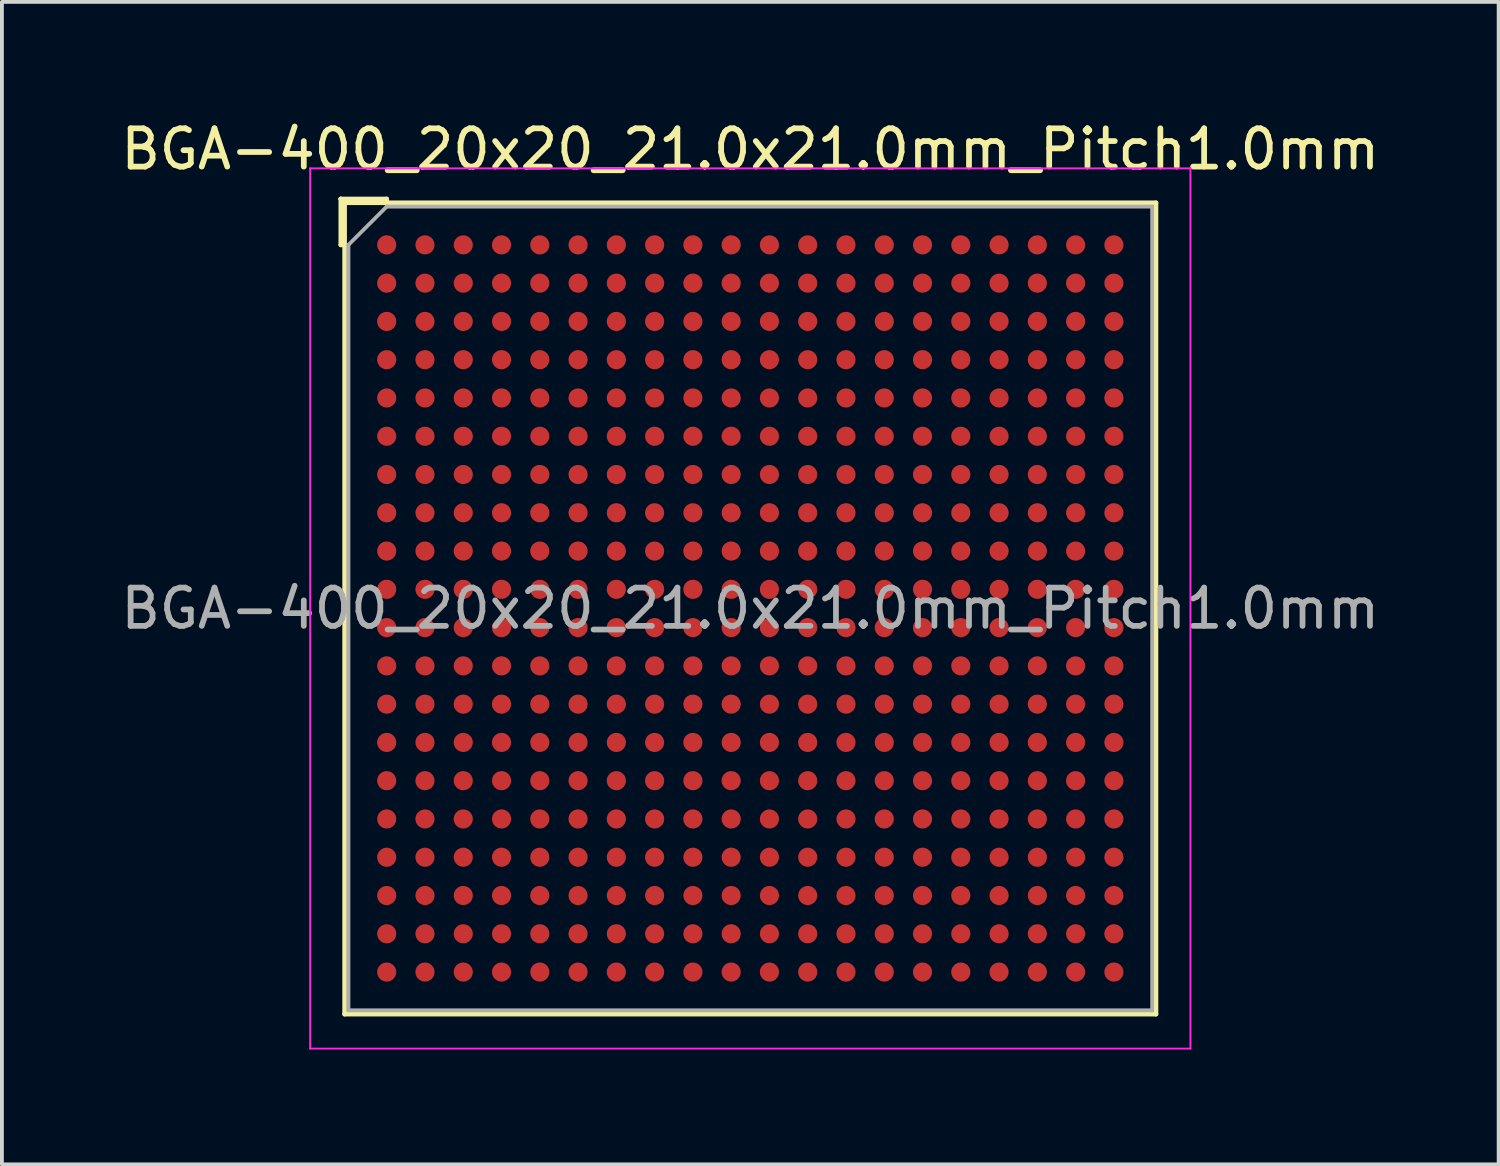
<source format=kicad_pcb>
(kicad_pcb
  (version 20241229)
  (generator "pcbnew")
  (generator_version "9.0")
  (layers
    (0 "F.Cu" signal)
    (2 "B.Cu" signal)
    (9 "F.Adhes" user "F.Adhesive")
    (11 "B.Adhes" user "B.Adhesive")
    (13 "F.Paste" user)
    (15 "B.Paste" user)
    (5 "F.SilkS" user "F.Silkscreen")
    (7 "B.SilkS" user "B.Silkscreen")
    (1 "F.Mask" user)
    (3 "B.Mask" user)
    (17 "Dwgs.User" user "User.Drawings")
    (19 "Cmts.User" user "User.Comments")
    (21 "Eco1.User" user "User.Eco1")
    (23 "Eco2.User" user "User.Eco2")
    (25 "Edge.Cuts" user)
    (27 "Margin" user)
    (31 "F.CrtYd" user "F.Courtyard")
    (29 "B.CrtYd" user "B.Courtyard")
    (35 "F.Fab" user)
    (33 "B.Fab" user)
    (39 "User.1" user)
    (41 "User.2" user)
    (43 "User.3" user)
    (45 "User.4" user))
  (footprint "BGA-400_20x20_21.0x21.0mm_Pitch1.0mm"
    (layer "F.Cu")
    (at 16.554 12.848)
    (property "Reference" "BGA-400_20x20_21.0x21.0mm_Pitch1.0mm" (at 0 -12 0) (layer "F.SilkS") (effects (font (size 1 1) (thickness 0.15))))
    (attr smd)
    (fp_line (start -10.7 -10.7) (end -10.6 -10.6) (stroke (width 0.12) (type solid)) (layer "F.SilkS"))
    (fp_line (start -10.7 -10.7) (end -9.5 -10.7) (stroke (width 0.12) (type solid)) (layer "F.SilkS"))
    (fp_line (start -10.7 -9.5) (end -10.7 -10.7) (stroke (width 0.12) (type solid)) (layer "F.SilkS"))
    (fp_line (start -10.7 -9.5) (end -10.6 -9.5) (stroke (width 0.12) (type solid)) (layer "F.SilkS"))
    (fp_line (start -10.6 -10.6) (end 10.6 -10.6) (stroke (width 0.12) (type solid)) (layer "F.SilkS"))
    (fp_line (start -10.6 10.6) (end -10.6 -10.6) (stroke (width 0.12) (type solid)) (layer "F.SilkS"))
    (fp_line (start -9.5 -10.7) (end -9.5 -10.6) (stroke (width 0.12) (type solid)) (layer "F.SilkS"))
    (fp_line (start 10.6 -10.6) (end 10.6 10.6) (stroke (width 0.12) (type solid)) (layer "F.SilkS"))
    (fp_line (start 10.6 10.6) (end -10.6 10.6) (stroke (width 0.12) (type solid)) (layer "F.SilkS"))
    (fp_line (start -11.5 -11.5) (end -11.5 11.5) (stroke (width 0.05) (type solid)) (layer "F.CrtYd"))
    (fp_line (start -11.5 -11.5) (end 11.5 -11.5) (stroke (width 0.05) (type solid)) (layer "F.CrtYd"))
    (fp_line (start 11.5 11.5) (end -11.5 11.5) (stroke (width 0.05) (type solid)) (layer "F.CrtYd"))
    (fp_line (start 11.5 11.5) (end 11.5 -11.5) (stroke (width 0.05) (type solid)) (layer "F.CrtYd"))
    (fp_line (start -10.5 -9.5) (end -9.5 -10.5) (stroke (width 0.1) (type solid)) (layer "F.Fab"))
    (fp_line (start -10.5 10.5) (end -10.5 -9.5) (stroke (width 0.1) (type solid)) (layer "F.Fab"))
    (fp_line (start -9.5 -10.5) (end 10.5 -10.5) (stroke (width 0.1) (type solid)) (layer "F.Fab"))
    (fp_line (start 10.5 -10.5) (end 10.5 10.5) (stroke (width 0.1) (type solid)) (layer "F.Fab"))
    (fp_line (start 10.5 10.5) (end -10.5 10.5) (stroke (width 0.1) (type solid)) (layer "F.Fab"))
    (fp_text user "${REFERENCE}" (at 0 0 0) (layer "F.Fab") (effects (font (size 1 1) (thickness 0.15))))
    (pad "A1" smd circle (at -9.5 -9.5) (size 0.5 0.5) (layers "F.Cu" "F.Mask" "F.Paste"))
    (pad "A2" smd circle (at -8.5 -9.5) (size 0.5 0.5) (layers "F.Cu" "F.Mask" "F.Paste"))
    (pad "A3" smd circle (at -7.5 -9.5) (size 0.5 0.5) (layers "F.Cu" "F.Mask" "F.Paste"))
    (pad "A4" smd circle (at -6.5 -9.5) (size 0.5 0.5) (layers "F.Cu" "F.Mask" "F.Paste"))
    (pad "A5" smd circle (at -5.5 -9.5) (size 0.5 0.5) (layers "F.Cu" "F.Mask" "F.Paste"))
    (pad "A6" smd circle (at -4.5 -9.5) (size 0.5 0.5) (layers "F.Cu" "F.Mask" "F.Paste"))
    (pad "A7" smd circle (at -3.5 -9.5) (size 0.5 0.5) (layers "F.Cu" "F.Mask" "F.Paste"))
    (pad "A8" smd circle (at -2.5 -9.5) (size 0.5 0.5) (layers "F.Cu" "F.Mask" "F.Paste"))
    (pad "A9" smd circle (at -1.5 -9.5) (size 0.5 0.5) (layers "F.Cu" "F.Mask" "F.Paste"))
    (pad "A10" smd circle (at -0.5 -9.5) (size 0.5 0.5) (layers "F.Cu" "F.Mask" "F.Paste"))
    (pad "A11" smd circle (at 0.5 -9.5) (size 0.5 0.5) (layers "F.Cu" "F.Mask" "F.Paste"))
    (pad "A12" smd circle (at 1.5 -9.5) (size 0.5 0.5) (layers "F.Cu" "F.Mask" "F.Paste"))
    (pad "A13" smd circle (at 2.5 -9.5) (size 0.5 0.5) (layers "F.Cu" "F.Mask" "F.Paste"))
    (pad "A14" smd circle (at 3.5 -9.5) (size 0.5 0.5) (layers "F.Cu" "F.Mask" "F.Paste"))
    (pad "A15" smd circle (at 4.5 -9.5) (size 0.5 0.5) (layers "F.Cu" "F.Mask" "F.Paste"))
    (pad "A16" smd circle (at 5.5 -9.5) (size 0.5 0.5) (layers "F.Cu" "F.Mask" "F.Paste"))
    (pad "A17" smd circle (at 6.5 -9.5) (size 0.5 0.5) (layers "F.Cu" "F.Mask" "F.Paste"))
    (pad "A18" smd circle (at 7.5 -9.5) (size 0.5 0.5) (layers "F.Cu" "F.Mask" "F.Paste"))
    (pad "A19" smd circle (at 8.5 -9.5) (size 0.5 0.5) (layers "F.Cu" "F.Mask" "F.Paste"))
    (pad "A20" smd circle (at 9.5 -9.5) (size 0.5 0.5) (layers "F.Cu" "F.Mask" "F.Paste"))
    (pad "B1" smd circle (at -9.5 -8.5) (size 0.5 0.5) (layers "F.Cu" "F.Mask" "F.Paste"))
    (pad "B2" smd circle (at -8.5 -8.5) (size 0.5 0.5) (layers "F.Cu" "F.Mask" "F.Paste"))
    (pad "B3" smd circle (at -7.5 -8.5) (size 0.5 0.5) (layers "F.Cu" "F.Mask" "F.Paste"))
    (pad "B4" smd circle (at -6.5 -8.5) (size 0.5 0.5) (layers "F.Cu" "F.Mask" "F.Paste"))
    (pad "B5" smd circle (at -5.5 -8.5) (size 0.5 0.5) (layers "F.Cu" "F.Mask" "F.Paste"))
    (pad "B6" smd circle (at -4.5 -8.5) (size 0.5 0.5) (layers "F.Cu" "F.Mask" "F.Paste"))
    (pad "B7" smd circle (at -3.5 -8.5) (size 0.5 0.5) (layers "F.Cu" "F.Mask" "F.Paste"))
    (pad "B8" smd circle (at -2.5 -8.5) (size 0.5 0.5) (layers "F.Cu" "F.Mask" "F.Paste"))
    (pad "B9" smd circle (at -1.5 -8.5) (size 0.5 0.5) (layers "F.Cu" "F.Mask" "F.Paste"))
    (pad "B10" smd circle (at -0.5 -8.5) (size 0.5 0.5) (layers "F.Cu" "F.Mask" "F.Paste"))
    (pad "B11" smd circle (at 0.5 -8.5) (size 0.5 0.5) (layers "F.Cu" "F.Mask" "F.Paste"))
    (pad "B12" smd circle (at 1.5 -8.5) (size 0.5 0.5) (layers "F.Cu" "F.Mask" "F.Paste"))
    (pad "B13" smd circle (at 2.5 -8.5) (size 0.5 0.5) (layers "F.Cu" "F.Mask" "F.Paste"))
    (pad "B14" smd circle (at 3.5 -8.5) (size 0.5 0.5) (layers "F.Cu" "F.Mask" "F.Paste"))
    (pad "B15" smd circle (at 4.5 -8.5) (size 0.5 0.5) (layers "F.Cu" "F.Mask" "F.Paste"))
    (pad "B16" smd circle (at 5.5 -8.5) (size 0.5 0.5) (layers "F.Cu" "F.Mask" "F.Paste"))
    (pad "B17" smd circle (at 6.5 -8.5) (size 0.5 0.5) (layers "F.Cu" "F.Mask" "F.Paste"))
    (pad "B18" smd circle (at 7.5 -8.5) (size 0.5 0.5) (layers "F.Cu" "F.Mask" "F.Paste"))
    (pad "B19" smd circle (at 8.5 -8.5) (size 0.5 0.5) (layers "F.Cu" "F.Mask" "F.Paste"))
    (pad "B20" smd circle (at 9.5 -8.5) (size 0.5 0.5) (layers "F.Cu" "F.Mask" "F.Paste"))
    (pad "C1" smd circle (at -9.5 -7.5) (size 0.5 0.5) (layers "F.Cu" "F.Mask" "F.Paste"))
    (pad "C2" smd circle (at -8.5 -7.5) (size 0.5 0.5) (layers "F.Cu" "F.Mask" "F.Paste"))
    (pad "C3" smd circle (at -7.5 -7.5) (size 0.5 0.5) (layers "F.Cu" "F.Mask" "F.Paste"))
    (pad "C4" smd circle (at -6.5 -7.5) (size 0.5 0.5) (layers "F.Cu" "F.Mask" "F.Paste"))
    (pad "C5" smd circle (at -5.5 -7.5) (size 0.5 0.5) (layers "F.Cu" "F.Mask" "F.Paste"))
    (pad "C6" smd circle (at -4.5 -7.5) (size 0.5 0.5) (layers "F.Cu" "F.Mask" "F.Paste"))
    (pad "C7" smd circle (at -3.5 -7.5) (size 0.5 0.5) (layers "F.Cu" "F.Mask" "F.Paste"))
    (pad "C8" smd circle (at -2.5 -7.5) (size 0.5 0.5) (layers "F.Cu" "F.Mask" "F.Paste"))
    (pad "C9" smd circle (at -1.5 -7.5) (size 0.5 0.5) (layers "F.Cu" "F.Mask" "F.Paste"))
    (pad "C10" smd circle (at -0.5 -7.5) (size 0.5 0.5) (layers "F.Cu" "F.Mask" "F.Paste"))
    (pad "C11" smd circle (at 0.5 -7.5) (size 0.5 0.5) (layers "F.Cu" "F.Mask" "F.Paste"))
    (pad "C12" smd circle (at 1.5 -7.5) (size 0.5 0.5) (layers "F.Cu" "F.Mask" "F.Paste"))
    (pad "C13" smd circle (at 2.5 -7.5) (size 0.5 0.5) (layers "F.Cu" "F.Mask" "F.Paste"))
    (pad "C14" smd circle (at 3.5 -7.5) (size 0.5 0.5) (layers "F.Cu" "F.Mask" "F.Paste"))
    (pad "C15" smd circle (at 4.5 -7.5) (size 0.5 0.5) (layers "F.Cu" "F.Mask" "F.Paste"))
    (pad "C16" smd circle (at 5.5 -7.5) (size 0.5 0.5) (layers "F.Cu" "F.Mask" "F.Paste"))
    (pad "C17" smd circle (at 6.5 -7.5) (size 0.5 0.5) (layers "F.Cu" "F.Mask" "F.Paste"))
    (pad "C18" smd circle (at 7.5 -7.5) (size 0.5 0.5) (layers "F.Cu" "F.Mask" "F.Paste"))
    (pad "C19" smd circle (at 8.5 -7.5) (size 0.5 0.5) (layers "F.Cu" "F.Mask" "F.Paste"))
    (pad "C20" smd circle (at 9.5 -7.5) (size 0.5 0.5) (layers "F.Cu" "F.Mask" "F.Paste"))
    (pad "D1" smd circle (at -9.5 -6.5) (size 0.5 0.5) (layers "F.Cu" "F.Mask" "F.Paste"))
    (pad "D2" smd circle (at -8.5 -6.5) (size 0.5 0.5) (layers "F.Cu" "F.Mask" "F.Paste"))
    (pad "D3" smd circle (at -7.5 -6.5) (size 0.5 0.5) (layers "F.Cu" "F.Mask" "F.Paste"))
    (pad "D4" smd circle (at -6.5 -6.5) (size 0.5 0.5) (layers "F.Cu" "F.Mask" "F.Paste"))
    (pad "D5" smd circle (at -5.5 -6.5) (size 0.5 0.5) (layers "F.Cu" "F.Mask" "F.Paste"))
    (pad "D6" smd circle (at -4.5 -6.5) (size 0.5 0.5) (layers "F.Cu" "F.Mask" "F.Paste"))
    (pad "D7" smd circle (at -3.5 -6.5) (size 0.5 0.5) (layers "F.Cu" "F.Mask" "F.Paste"))
    (pad "D8" smd circle (at -2.5 -6.5) (size 0.5 0.5) (layers "F.Cu" "F.Mask" "F.Paste"))
    (pad "D9" smd circle (at -1.5 -6.5) (size 0.5 0.5) (layers "F.Cu" "F.Mask" "F.Paste"))
    (pad "D10" smd circle (at -0.5 -6.5) (size 0.5 0.5) (layers "F.Cu" "F.Mask" "F.Paste"))
    (pad "D11" smd circle (at 0.5 -6.5) (size 0.5 0.5) (layers "F.Cu" "F.Mask" "F.Paste"))
    (pad "D12" smd circle (at 1.5 -6.5) (size 0.5 0.5) (layers "F.Cu" "F.Mask" "F.Paste"))
    (pad "D13" smd circle (at 2.5 -6.5) (size 0.5 0.5) (layers "F.Cu" "F.Mask" "F.Paste"))
    (pad "D14" smd circle (at 3.5 -6.5) (size 0.5 0.5) (layers "F.Cu" "F.Mask" "F.Paste"))
    (pad "D15" smd circle (at 4.5 -6.5) (size 0.5 0.5) (layers "F.Cu" "F.Mask" "F.Paste"))
    (pad "D16" smd circle (at 5.5 -6.5) (size 0.5 0.5) (layers "F.Cu" "F.Mask" "F.Paste"))
    (pad "D17" smd circle (at 6.5 -6.5) (size 0.5 0.5) (layers "F.Cu" "F.Mask" "F.Paste"))
    (pad "D18" smd circle (at 7.5 -6.5) (size 0.5 0.5) (layers "F.Cu" "F.Mask" "F.Paste"))
    (pad "D19" smd circle (at 8.5 -6.5) (size 0.5 0.5) (layers "F.Cu" "F.Mask" "F.Paste"))
    (pad "D20" smd circle (at 9.5 -6.5) (size 0.5 0.5) (layers "F.Cu" "F.Mask" "F.Paste"))
    (pad "E1" smd circle (at -9.5 -5.5) (size 0.5 0.5) (layers "F.Cu" "F.Mask" "F.Paste"))
    (pad "E2" smd circle (at -8.5 -5.5) (size 0.5 0.5) (layers "F.Cu" "F.Mask" "F.Paste"))
    (pad "E3" smd circle (at -7.5 -5.5) (size 0.5 0.5) (layers "F.Cu" "F.Mask" "F.Paste"))
    (pad "E4" smd circle (at -6.5 -5.5) (size 0.5 0.5) (layers "F.Cu" "F.Mask" "F.Paste"))
    (pad "E5" smd circle (at -5.5 -5.5) (size 0.5 0.5) (layers "F.Cu" "F.Mask" "F.Paste"))
    (pad "E6" smd circle (at -4.5 -5.5) (size 0.5 0.5) (layers "F.Cu" "F.Mask" "F.Paste"))
    (pad "E7" smd circle (at -3.5 -5.5) (size 0.5 0.5) (layers "F.Cu" "F.Mask" "F.Paste"))
    (pad "E8" smd circle (at -2.5 -5.5) (size 0.5 0.5) (layers "F.Cu" "F.Mask" "F.Paste"))
    (pad "E9" smd circle (at -1.5 -5.5) (size 0.5 0.5) (layers "F.Cu" "F.Mask" "F.Paste"))
    (pad "E10" smd circle (at -0.5 -5.5) (size 0.5 0.5) (layers "F.Cu" "F.Mask" "F.Paste"))
    (pad "E11" smd circle (at 0.5 -5.5) (size 0.5 0.5) (layers "F.Cu" "F.Mask" "F.Paste"))
    (pad "E12" smd circle (at 1.5 -5.5) (size 0.5 0.5) (layers "F.Cu" "F.Mask" "F.Paste"))
    (pad "E13" smd circle (at 2.5 -5.5) (size 0.5 0.5) (layers "F.Cu" "F.Mask" "F.Paste"))
    (pad "E14" smd circle (at 3.5 -5.5) (size 0.5 0.5) (layers "F.Cu" "F.Mask" "F.Paste"))
    (pad "E15" smd circle (at 4.5 -5.5) (size 0.5 0.5) (layers "F.Cu" "F.Mask" "F.Paste"))
    (pad "E16" smd circle (at 5.5 -5.5) (size 0.5 0.5) (layers "F.Cu" "F.Mask" "F.Paste"))
    (pad "E17" smd circle (at 6.5 -5.5) (size 0.5 0.5) (layers "F.Cu" "F.Mask" "F.Paste"))
    (pad "E18" smd circle (at 7.5 -5.5) (size 0.5 0.5) (layers "F.Cu" "F.Mask" "F.Paste"))
    (pad "E19" smd circle (at 8.5 -5.5) (size 0.5 0.5) (layers "F.Cu" "F.Mask" "F.Paste"))
    (pad "E20" smd circle (at 9.5 -5.5) (size 0.5 0.5) (layers "F.Cu" "F.Mask" "F.Paste"))
    (pad "F1" smd circle (at -9.5 -4.5) (size 0.5 0.5) (layers "F.Cu" "F.Mask" "F.Paste"))
    (pad "F2" smd circle (at -8.5 -4.5) (size 0.5 0.5) (layers "F.Cu" "F.Mask" "F.Paste"))
    (pad "F3" smd circle (at -7.5 -4.5) (size 0.5 0.5) (layers "F.Cu" "F.Mask" "F.Paste"))
    (pad "F4" smd circle (at -6.5 -4.5) (size 0.5 0.5) (layers "F.Cu" "F.Mask" "F.Paste"))
    (pad "F5" smd circle (at -5.5 -4.5) (size 0.5 0.5) (layers "F.Cu" "F.Mask" "F.Paste"))
    (pad "F6" smd circle (at -4.5 -4.5) (size 0.5 0.5) (layers "F.Cu" "F.Mask" "F.Paste"))
    (pad "F7" smd circle (at -3.5 -4.5) (size 0.5 0.5) (layers "F.Cu" "F.Mask" "F.Paste"))
    (pad "F8" smd circle (at -2.5 -4.5) (size 0.5 0.5) (layers "F.Cu" "F.Mask" "F.Paste"))
    (pad "F9" smd circle (at -1.5 -4.5) (size 0.5 0.5) (layers "F.Cu" "F.Mask" "F.Paste"))
    (pad "F10" smd circle (at -0.5 -4.5) (size 0.5 0.5) (layers "F.Cu" "F.Mask" "F.Paste"))
    (pad "F11" smd circle (at 0.5 -4.5) (size 0.5 0.5) (layers "F.Cu" "F.Mask" "F.Paste"))
    (pad "F12" smd circle (at 1.5 -4.5) (size 0.5 0.5) (layers "F.Cu" "F.Mask" "F.Paste"))
    (pad "F13" smd circle (at 2.5 -4.5) (size 0.5 0.5) (layers "F.Cu" "F.Mask" "F.Paste"))
    (pad "F14" smd circle (at 3.5 -4.5) (size 0.5 0.5) (layers "F.Cu" "F.Mask" "F.Paste"))
    (pad "F15" smd circle (at 4.5 -4.5) (size 0.5 0.5) (layers "F.Cu" "F.Mask" "F.Paste"))
    (pad "F16" smd circle (at 5.5 -4.5) (size 0.5 0.5) (layers "F.Cu" "F.Mask" "F.Paste"))
    (pad "F17" smd circle (at 6.5 -4.5) (size 0.5 0.5) (layers "F.Cu" "F.Mask" "F.Paste"))
    (pad "F18" smd circle (at 7.5 -4.5) (size 0.5 0.5) (layers "F.Cu" "F.Mask" "F.Paste"))
    (pad "F19" smd circle (at 8.5 -4.5) (size 0.5 0.5) (layers "F.Cu" "F.Mask" "F.Paste"))
    (pad "F20" smd circle (at 9.5 -4.5) (size 0.5 0.5) (layers "F.Cu" "F.Mask" "F.Paste"))
    (pad "G1" smd circle (at -9.5 -3.5) (size 0.5 0.5) (layers "F.Cu" "F.Mask" "F.Paste"))
    (pad "G2" smd circle (at -8.5 -3.5) (size 0.5 0.5) (layers "F.Cu" "F.Mask" "F.Paste"))
    (pad "G3" smd circle (at -7.5 -3.5) (size 0.5 0.5) (layers "F.Cu" "F.Mask" "F.Paste"))
    (pad "G4" smd circle (at -6.5 -3.5) (size 0.5 0.5) (layers "F.Cu" "F.Mask" "F.Paste"))
    (pad "G5" smd circle (at -5.5 -3.5) (size 0.5 0.5) (layers "F.Cu" "F.Mask" "F.Paste"))
    (pad "G6" smd circle (at -4.5 -3.5) (size 0.5 0.5) (layers "F.Cu" "F.Mask" "F.Paste"))
    (pad "G7" smd circle (at -3.5 -3.5) (size 0.5 0.5) (layers "F.Cu" "F.Mask" "F.Paste"))
    (pad "G8" smd circle (at -2.5 -3.5) (size 0.5 0.5) (layers "F.Cu" "F.Mask" "F.Paste"))
    (pad "G9" smd circle (at -1.5 -3.5) (size 0.5 0.5) (layers "F.Cu" "F.Mask" "F.Paste"))
    (pad "G10" smd circle (at -0.5 -3.5) (size 0.5 0.5) (layers "F.Cu" "F.Mask" "F.Paste"))
    (pad "G11" smd circle (at 0.5 -3.5) (size 0.5 0.5) (layers "F.Cu" "F.Mask" "F.Paste"))
    (pad "G12" smd circle (at 1.5 -3.5) (size 0.5 0.5) (layers "F.Cu" "F.Mask" "F.Paste"))
    (pad "G13" smd circle (at 2.5 -3.5) (size 0.5 0.5) (layers "F.Cu" "F.Mask" "F.Paste"))
    (pad "G14" smd circle (at 3.5 -3.5) (size 0.5 0.5) (layers "F.Cu" "F.Mask" "F.Paste"))
    (pad "G15" smd circle (at 4.5 -3.5) (size 0.5 0.5) (layers "F.Cu" "F.Mask" "F.Paste"))
    (pad "G16" smd circle (at 5.5 -3.5) (size 0.5 0.5) (layers "F.Cu" "F.Mask" "F.Paste"))
    (pad "G17" smd circle (at 6.5 -3.5) (size 0.5 0.5) (layers "F.Cu" "F.Mask" "F.Paste"))
    (pad "G18" smd circle (at 7.5 -3.5) (size 0.5 0.5) (layers "F.Cu" "F.Mask" "F.Paste"))
    (pad "G19" smd circle (at 8.5 -3.5) (size 0.5 0.5) (layers "F.Cu" "F.Mask" "F.Paste"))
    (pad "G20" smd circle (at 9.5 -3.5) (size 0.5 0.5) (layers "F.Cu" "F.Mask" "F.Paste"))
    (pad "H1" smd circle (at -9.5 -2.5) (size 0.5 0.5) (layers "F.Cu" "F.Mask" "F.Paste"))
    (pad "H2" smd circle (at -8.5 -2.5) (size 0.5 0.5) (layers "F.Cu" "F.Mask" "F.Paste"))
    (pad "H3" smd circle (at -7.5 -2.5) (size 0.5 0.5) (layers "F.Cu" "F.Mask" "F.Paste"))
    (pad "H4" smd circle (at -6.5 -2.5) (size 0.5 0.5) (layers "F.Cu" "F.Mask" "F.Paste"))
    (pad "H5" smd circle (at -5.5 -2.5) (size 0.5 0.5) (layers "F.Cu" "F.Mask" "F.Paste"))
    (pad "H6" smd circle (at -4.5 -2.5) (size 0.5 0.5) (layers "F.Cu" "F.Mask" "F.Paste"))
    (pad "H7" smd circle (at -3.5 -2.5) (size 0.5 0.5) (layers "F.Cu" "F.Mask" "F.Paste"))
    (pad "H8" smd circle (at -2.5 -2.5) (size 0.5 0.5) (layers "F.Cu" "F.Mask" "F.Paste"))
    (pad "H9" smd circle (at -1.5 -2.5) (size 0.5 0.5) (layers "F.Cu" "F.Mask" "F.Paste"))
    (pad "H10" smd circle (at -0.5 -2.5) (size 0.5 0.5) (layers "F.Cu" "F.Mask" "F.Paste"))
    (pad "H11" smd circle (at 0.5 -2.5) (size 0.5 0.5) (layers "F.Cu" "F.Mask" "F.Paste"))
    (pad "H12" smd circle (at 1.5 -2.5) (size 0.5 0.5) (layers "F.Cu" "F.Mask" "F.Paste"))
    (pad "H13" smd circle (at 2.5 -2.5) (size 0.5 0.5) (layers "F.Cu" "F.Mask" "F.Paste"))
    (pad "H14" smd circle (at 3.5 -2.5) (size 0.5 0.5) (layers "F.Cu" "F.Mask" "F.Paste"))
    (pad "H15" smd circle (at 4.5 -2.5) (size 0.5 0.5) (layers "F.Cu" "F.Mask" "F.Paste"))
    (pad "H16" smd circle (at 5.5 -2.5) (size 0.5 0.5) (layers "F.Cu" "F.Mask" "F.Paste"))
    (pad "H17" smd circle (at 6.5 -2.5) (size 0.5 0.5) (layers "F.Cu" "F.Mask" "F.Paste"))
    (pad "H18" smd circle (at 7.5 -2.5) (size 0.5 0.5) (layers "F.Cu" "F.Mask" "F.Paste"))
    (pad "H19" smd circle (at 8.5 -2.5) (size 0.5 0.5) (layers "F.Cu" "F.Mask" "F.Paste"))
    (pad "H20" smd circle (at 9.5 -2.5) (size 0.5 0.5) (layers "F.Cu" "F.Mask" "F.Paste"))
    (pad "J1" smd circle (at -9.5 -1.5) (size 0.5 0.5) (layers "F.Cu" "F.Mask" "F.Paste"))
    (pad "J2" smd circle (at -8.5 -1.5) (size 0.5 0.5) (layers "F.Cu" "F.Mask" "F.Paste"))
    (pad "J3" smd circle (at -7.5 -1.5) (size 0.5 0.5) (layers "F.Cu" "F.Mask" "F.Paste"))
    (pad "J4" smd circle (at -6.5 -1.5) (size 0.5 0.5) (layers "F.Cu" "F.Mask" "F.Paste"))
    (pad "J5" smd circle (at -5.5 -1.5) (size 0.5 0.5) (layers "F.Cu" "F.Mask" "F.Paste"))
    (pad "J6" smd circle (at -4.5 -1.5) (size 0.5 0.5) (layers "F.Cu" "F.Mask" "F.Paste"))
    (pad "J7" smd circle (at -3.5 -1.5) (size 0.5 0.5) (layers "F.Cu" "F.Mask" "F.Paste"))
    (pad "J8" smd circle (at -2.5 -1.5) (size 0.5 0.5) (layers "F.Cu" "F.Mask" "F.Paste"))
    (pad "J9" smd circle (at -1.5 -1.5) (size 0.5 0.5) (layers "F.Cu" "F.Mask" "F.Paste"))
    (pad "J10" smd circle (at -0.5 -1.5) (size 0.5 0.5) (layers "F.Cu" "F.Mask" "F.Paste"))
    (pad "J11" smd circle (at 0.5 -1.5) (size 0.5 0.5) (layers "F.Cu" "F.Mask" "F.Paste"))
    (pad "J12" smd circle (at 1.5 -1.5) (size 0.5 0.5) (layers "F.Cu" "F.Mask" "F.Paste"))
    (pad "J13" smd circle (at 2.5 -1.5) (size 0.5 0.5) (layers "F.Cu" "F.Mask" "F.Paste"))
    (pad "J14" smd circle (at 3.5 -1.5) (size 0.5 0.5) (layers "F.Cu" "F.Mask" "F.Paste"))
    (pad "J15" smd circle (at 4.5 -1.5) (size 0.5 0.5) (layers "F.Cu" "F.Mask" "F.Paste"))
    (pad "J16" smd circle (at 5.5 -1.5) (size 0.5 0.5) (layers "F.Cu" "F.Mask" "F.Paste"))
    (pad "J17" smd circle (at 6.5 -1.5) (size 0.5 0.5) (layers "F.Cu" "F.Mask" "F.Paste"))
    (pad "J18" smd circle (at 7.5 -1.5) (size 0.5 0.5) (layers "F.Cu" "F.Mask" "F.Paste"))
    (pad "J19" smd circle (at 8.5 -1.5) (size 0.5 0.5) (layers "F.Cu" "F.Mask" "F.Paste"))
    (pad "J20" smd circle (at 9.5 -1.5) (size 0.5 0.5) (layers "F.Cu" "F.Mask" "F.Paste"))
    (pad "K1" smd circle (at -9.5 -0.5) (size 0.5 0.5) (layers "F.Cu" "F.Mask" "F.Paste"))
    (pad "K2" smd circle (at -8.5 -0.5) (size 0.5 0.5) (layers "F.Cu" "F.Mask" "F.Paste"))
    (pad "K3" smd circle (at -7.5 -0.5) (size 0.5 0.5) (layers "F.Cu" "F.Mask" "F.Paste"))
    (pad "K4" smd circle (at -6.5 -0.5) (size 0.5 0.5) (layers "F.Cu" "F.Mask" "F.Paste"))
    (pad "K5" smd circle (at -5.5 -0.5) (size 0.5 0.5) (layers "F.Cu" "F.Mask" "F.Paste"))
    (pad "K6" smd circle (at -4.5 -0.5) (size 0.5 0.5) (layers "F.Cu" "F.Mask" "F.Paste"))
    (pad "K7" smd circle (at -3.5 -0.5) (size 0.5 0.5) (layers "F.Cu" "F.Mask" "F.Paste"))
    (pad "K8" smd circle (at -2.5 -0.5) (size 0.5 0.5) (layers "F.Cu" "F.Mask" "F.Paste"))
    (pad "K9" smd circle (at -1.5 -0.5) (size 0.5 0.5) (layers "F.Cu" "F.Mask" "F.Paste"))
    (pad "K10" smd circle (at -0.5 -0.5) (size 0.5 0.5) (layers "F.Cu" "F.Mask" "F.Paste"))
    (pad "K11" smd circle (at 0.5 -0.5) (size 0.5 0.5) (layers "F.Cu" "F.Mask" "F.Paste"))
    (pad "K12" smd circle (at 1.5 -0.5) (size 0.5 0.5) (layers "F.Cu" "F.Mask" "F.Paste"))
    (pad "K13" smd circle (at 2.5 -0.5) (size 0.5 0.5) (layers "F.Cu" "F.Mask" "F.Paste"))
    (pad "K14" smd circle (at 3.5 -0.5) (size 0.5 0.5) (layers "F.Cu" "F.Mask" "F.Paste"))
    (pad "K15" smd circle (at 4.5 -0.5) (size 0.5 0.5) (layers "F.Cu" "F.Mask" "F.Paste"))
    (pad "K16" smd circle (at 5.5 -0.5) (size 0.5 0.5) (layers "F.Cu" "F.Mask" "F.Paste"))
    (pad "K17" smd circle (at 6.5 -0.5) (size 0.5 0.5) (layers "F.Cu" "F.Mask" "F.Paste"))
    (pad "K18" smd circle (at 7.5 -0.5) (size 0.5 0.5) (layers "F.Cu" "F.Mask" "F.Paste"))
    (pad "K19" smd circle (at 8.5 -0.5) (size 0.5 0.5) (layers "F.Cu" "F.Mask" "F.Paste"))
    (pad "K20" smd circle (at 9.5 -0.5) (size 0.5 0.5) (layers "F.Cu" "F.Mask" "F.Paste"))
    (pad "L1" smd circle (at -9.5 0.5) (size 0.5 0.5) (layers "F.Cu" "F.Mask" "F.Paste"))
    (pad "L2" smd circle (at -8.5 0.5) (size 0.5 0.5) (layers "F.Cu" "F.Mask" "F.Paste"))
    (pad "L3" smd circle (at -7.5 0.5) (size 0.5 0.5) (layers "F.Cu" "F.Mask" "F.Paste"))
    (pad "L4" smd circle (at -6.5 0.5) (size 0.5 0.5) (layers "F.Cu" "F.Mask" "F.Paste"))
    (pad "L5" smd circle (at -5.5 0.5) (size 0.5 0.5) (layers "F.Cu" "F.Mask" "F.Paste"))
    (pad "L6" smd circle (at -4.5 0.5) (size 0.5 0.5) (layers "F.Cu" "F.Mask" "F.Paste"))
    (pad "L7" smd circle (at -3.5 0.5) (size 0.5 0.5) (layers "F.Cu" "F.Mask" "F.Paste"))
    (pad "L8" smd circle (at -2.5 0.5) (size 0.5 0.5) (layers "F.Cu" "F.Mask" "F.Paste"))
    (pad "L9" smd circle (at -1.5 0.5) (size 0.5 0.5) (layers "F.Cu" "F.Mask" "F.Paste"))
    (pad "L10" smd circle (at -0.5 0.5) (size 0.5 0.5) (layers "F.Cu" "F.Mask" "F.Paste"))
    (pad "L11" smd circle (at 0.5 0.5) (size 0.5 0.5) (layers "F.Cu" "F.Mask" "F.Paste"))
    (pad "L12" smd circle (at 1.5 0.5) (size 0.5 0.5) (layers "F.Cu" "F.Mask" "F.Paste"))
    (pad "L13" smd circle (at 2.5 0.5) (size 0.5 0.5) (layers "F.Cu" "F.Mask" "F.Paste"))
    (pad "L14" smd circle (at 3.5 0.5) (size 0.5 0.5) (layers "F.Cu" "F.Mask" "F.Paste"))
    (pad "L15" smd circle (at 4.5 0.5) (size 0.5 0.5) (layers "F.Cu" "F.Mask" "F.Paste"))
    (pad "L16" smd circle (at 5.5 0.5) (size 0.5 0.5) (layers "F.Cu" "F.Mask" "F.Paste"))
    (pad "L17" smd circle (at 6.5 0.5) (size 0.5 0.5) (layers "F.Cu" "F.Mask" "F.Paste"))
    (pad "L18" smd circle (at 7.5 0.5) (size 0.5 0.5) (layers "F.Cu" "F.Mask" "F.Paste"))
    (pad "L19" smd circle (at 8.5 0.5) (size 0.5 0.5) (layers "F.Cu" "F.Mask" "F.Paste"))
    (pad "L20" smd circle (at 9.5 0.5) (size 0.5 0.5) (layers "F.Cu" "F.Mask" "F.Paste"))
    (pad "M1" smd circle (at -9.5 1.5) (size 0.5 0.5) (layers "F.Cu" "F.Mask" "F.Paste"))
    (pad "M2" smd circle (at -8.5 1.5) (size 0.5 0.5) (layers "F.Cu" "F.Mask" "F.Paste"))
    (pad "M3" smd circle (at -7.5 1.5) (size 0.5 0.5) (layers "F.Cu" "F.Mask" "F.Paste"))
    (pad "M4" smd circle (at -6.5 1.5) (size 0.5 0.5) (layers "F.Cu" "F.Mask" "F.Paste"))
    (pad "M5" smd circle (at -5.5 1.5) (size 0.5 0.5) (layers "F.Cu" "F.Mask" "F.Paste"))
    (pad "M6" smd circle (at -4.5 1.5) (size 0.5 0.5) (layers "F.Cu" "F.Mask" "F.Paste"))
    (pad "M7" smd circle (at -3.5 1.5) (size 0.5 0.5) (layers "F.Cu" "F.Mask" "F.Paste"))
    (pad "M8" smd circle (at -2.5 1.5) (size 0.5 0.5) (layers "F.Cu" "F.Mask" "F.Paste"))
    (pad "M9" smd circle (at -1.5 1.5) (size 0.5 0.5) (layers "F.Cu" "F.Mask" "F.Paste"))
    (pad "M10" smd circle (at -0.5 1.5) (size 0.5 0.5) (layers "F.Cu" "F.Mask" "F.Paste"))
    (pad "M11" smd circle (at 0.5 1.5) (size 0.5 0.5) (layers "F.Cu" "F.Mask" "F.Paste"))
    (pad "M12" smd circle (at 1.5 1.5) (size 0.5 0.5) (layers "F.Cu" "F.Mask" "F.Paste"))
    (pad "M13" smd circle (at 2.5 1.5) (size 0.5 0.5) (layers "F.Cu" "F.Mask" "F.Paste"))
    (pad "M14" smd circle (at 3.5 1.5) (size 0.5 0.5) (layers "F.Cu" "F.Mask" "F.Paste"))
    (pad "M15" smd circle (at 4.5 1.5) (size 0.5 0.5) (layers "F.Cu" "F.Mask" "F.Paste"))
    (pad "M16" smd circle (at 5.5 1.5) (size 0.5 0.5) (layers "F.Cu" "F.Mask" "F.Paste"))
    (pad "M17" smd circle (at 6.5 1.5) (size 0.5 0.5) (layers "F.Cu" "F.Mask" "F.Paste"))
    (pad "M18" smd circle (at 7.5 1.5) (size 0.5 0.5) (layers "F.Cu" "F.Mask" "F.Paste"))
    (pad "M19" smd circle (at 8.5 1.5) (size 0.5 0.5) (layers "F.Cu" "F.Mask" "F.Paste"))
    (pad "M20" smd circle (at 9.5 1.5) (size 0.5 0.5) (layers "F.Cu" "F.Mask" "F.Paste"))
    (pad "N1" smd circle (at -9.5 2.5) (size 0.5 0.5) (layers "F.Cu" "F.Mask" "F.Paste"))
    (pad "N2" smd circle (at -8.5 2.5) (size 0.5 0.5) (layers "F.Cu" "F.Mask" "F.Paste"))
    (pad "N3" smd circle (at -7.5 2.5) (size 0.5 0.5) (layers "F.Cu" "F.Mask" "F.Paste"))
    (pad "N4" smd circle (at -6.5 2.5) (size 0.5 0.5) (layers "F.Cu" "F.Mask" "F.Paste"))
    (pad "N5" smd circle (at -5.5 2.5) (size 0.5 0.5) (layers "F.Cu" "F.Mask" "F.Paste"))
    (pad "N6" smd circle (at -4.5 2.5) (size 0.5 0.5) (layers "F.Cu" "F.Mask" "F.Paste"))
    (pad "N7" smd circle (at -3.5 2.5) (size 0.5 0.5) (layers "F.Cu" "F.Mask" "F.Paste"))
    (pad "N8" smd circle (at -2.5 2.5) (size 0.5 0.5) (layers "F.Cu" "F.Mask" "F.Paste"))
    (pad "N9" smd circle (at -1.5 2.5) (size 0.5 0.5) (layers "F.Cu" "F.Mask" "F.Paste"))
    (pad "N10" smd circle (at -0.5 2.5) (size 0.5 0.5) (layers "F.Cu" "F.Mask" "F.Paste"))
    (pad "N11" smd circle (at 0.5 2.5) (size 0.5 0.5) (layers "F.Cu" "F.Mask" "F.Paste"))
    (pad "N12" smd circle (at 1.5 2.5) (size 0.5 0.5) (layers "F.Cu" "F.Mask" "F.Paste"))
    (pad "N13" smd circle (at 2.5 2.5) (size 0.5 0.5) (layers "F.Cu" "F.Mask" "F.Paste"))
    (pad "N14" smd circle (at 3.5 2.5) (size 0.5 0.5) (layers "F.Cu" "F.Mask" "F.Paste"))
    (pad "N15" smd circle (at 4.5 2.5) (size 0.5 0.5) (layers "F.Cu" "F.Mask" "F.Paste"))
    (pad "N16" smd circle (at 5.5 2.5) (size 0.5 0.5) (layers "F.Cu" "F.Mask" "F.Paste"))
    (pad "N17" smd circle (at 6.5 2.5) (size 0.5 0.5) (layers "F.Cu" "F.Mask" "F.Paste"))
    (pad "N18" smd circle (at 7.5 2.5) (size 0.5 0.5) (layers "F.Cu" "F.Mask" "F.Paste"))
    (pad "N19" smd circle (at 8.5 2.5) (size 0.5 0.5) (layers "F.Cu" "F.Mask" "F.Paste"))
    (pad "N20" smd circle (at 9.5 2.5) (size 0.5 0.5) (layers "F.Cu" "F.Mask" "F.Paste"))
    (pad "P1" smd circle (at -9.5 3.5) (size 0.5 0.5) (layers "F.Cu" "F.Mask" "F.Paste"))
    (pad "P2" smd circle (at -8.5 3.5) (size 0.5 0.5) (layers "F.Cu" "F.Mask" "F.Paste"))
    (pad "P3" smd circle (at -7.5 3.5) (size 0.5 0.5) (layers "F.Cu" "F.Mask" "F.Paste"))
    (pad "P4" smd circle (at -6.5 3.5) (size 0.5 0.5) (layers "F.Cu" "F.Mask" "F.Paste"))
    (pad "P5" smd circle (at -5.5 3.5) (size 0.5 0.5) (layers "F.Cu" "F.Mask" "F.Paste"))
    (pad "P6" smd circle (at -4.5 3.5) (size 0.5 0.5) (layers "F.Cu" "F.Mask" "F.Paste"))
    (pad "P7" smd circle (at -3.5 3.5) (size 0.5 0.5) (layers "F.Cu" "F.Mask" "F.Paste"))
    (pad "P8" smd circle (at -2.5 3.5) (size 0.5 0.5) (layers "F.Cu" "F.Mask" "F.Paste"))
    (pad "P9" smd circle (at -1.5 3.5) (size 0.5 0.5) (layers "F.Cu" "F.Mask" "F.Paste"))
    (pad "P10" smd circle (at -0.5 3.5) (size 0.5 0.5) (layers "F.Cu" "F.Mask" "F.Paste"))
    (pad "P11" smd circle (at 0.5 3.5) (size 0.5 0.5) (layers "F.Cu" "F.Mask" "F.Paste"))
    (pad "P12" smd circle (at 1.5 3.5) (size 0.5 0.5) (layers "F.Cu" "F.Mask" "F.Paste"))
    (pad "P13" smd circle (at 2.5 3.5) (size 0.5 0.5) (layers "F.Cu" "F.Mask" "F.Paste"))
    (pad "P14" smd circle (at 3.5 3.5) (size 0.5 0.5) (layers "F.Cu" "F.Mask" "F.Paste"))
    (pad "P15" smd circle (at 4.5 3.5) (size 0.5 0.5) (layers "F.Cu" "F.Mask" "F.Paste"))
    (pad "P16" smd circle (at 5.5 3.5) (size 0.5 0.5) (layers "F.Cu" "F.Mask" "F.Paste"))
    (pad "P17" smd circle (at 6.5 3.5) (size 0.5 0.5) (layers "F.Cu" "F.Mask" "F.Paste"))
    (pad "P18" smd circle (at 7.5 3.5) (size 0.5 0.5) (layers "F.Cu" "F.Mask" "F.Paste"))
    (pad "P19" smd circle (at 8.5 3.5) (size 0.5 0.5) (layers "F.Cu" "F.Mask" "F.Paste"))
    (pad "P20" smd circle (at 9.5 3.5) (size 0.5 0.5) (layers "F.Cu" "F.Mask" "F.Paste"))
    (pad "R1" smd circle (at -9.5 4.5) (size 0.5 0.5) (layers "F.Cu" "F.Mask" "F.Paste"))
    (pad "R2" smd circle (at -8.5 4.5) (size 0.5 0.5) (layers "F.Cu" "F.Mask" "F.Paste"))
    (pad "R3" smd circle (at -7.5 4.5) (size 0.5 0.5) (layers "F.Cu" "F.Mask" "F.Paste"))
    (pad "R4" smd circle (at -6.5 4.5) (size 0.5 0.5) (layers "F.Cu" "F.Mask" "F.Paste"))
    (pad "R5" smd circle (at -5.5 4.5) (size 0.5 0.5) (layers "F.Cu" "F.Mask" "F.Paste"))
    (pad "R6" smd circle (at -4.5 4.5) (size 0.5 0.5) (layers "F.Cu" "F.Mask" "F.Paste"))
    (pad "R7" smd circle (at -3.5 4.5) (size 0.5 0.5) (layers "F.Cu" "F.Mask" "F.Paste"))
    (pad "R8" smd circle (at -2.5 4.5) (size 0.5 0.5) (layers "F.Cu" "F.Mask" "F.Paste"))
    (pad "R9" smd circle (at -1.5 4.5) (size 0.5 0.5) (layers "F.Cu" "F.Mask" "F.Paste"))
    (pad "R10" smd circle (at -0.5 4.5) (size 0.5 0.5) (layers "F.Cu" "F.Mask" "F.Paste"))
    (pad "R11" smd circle (at 0.5 4.5) (size 0.5 0.5) (layers "F.Cu" "F.Mask" "F.Paste"))
    (pad "R12" smd circle (at 1.5 4.5) (size 0.5 0.5) (layers "F.Cu" "F.Mask" "F.Paste"))
    (pad "R13" smd circle (at 2.5 4.5) (size 0.5 0.5) (layers "F.Cu" "F.Mask" "F.Paste"))
    (pad "R14" smd circle (at 3.5 4.5) (size 0.5 0.5) (layers "F.Cu" "F.Mask" "F.Paste"))
    (pad "R15" smd circle (at 4.5 4.5) (size 0.5 0.5) (layers "F.Cu" "F.Mask" "F.Paste"))
    (pad "R16" smd circle (at 5.5 4.5) (size 0.5 0.5) (layers "F.Cu" "F.Mask" "F.Paste"))
    (pad "R17" smd circle (at 6.5 4.5) (size 0.5 0.5) (layers "F.Cu" "F.Mask" "F.Paste"))
    (pad "R18" smd circle (at 7.5 4.5) (size 0.5 0.5) (layers "F.Cu" "F.Mask" "F.Paste"))
    (pad "R19" smd circle (at 8.5 4.5) (size 0.5 0.5) (layers "F.Cu" "F.Mask" "F.Paste"))
    (pad "R20" smd circle (at 9.5 4.5) (size 0.5 0.5) (layers "F.Cu" "F.Mask" "F.Paste"))
    (pad "T1" smd circle (at -9.5 5.5) (size 0.5 0.5) (layers "F.Cu" "F.Mask" "F.Paste"))
    (pad "T2" smd circle (at -8.5 5.5) (size 0.5 0.5) (layers "F.Cu" "F.Mask" "F.Paste"))
    (pad "T3" smd circle (at -7.5 5.5) (size 0.5 0.5) (layers "F.Cu" "F.Mask" "F.Paste"))
    (pad "T4" smd circle (at -6.5 5.5) (size 0.5 0.5) (layers "F.Cu" "F.Mask" "F.Paste"))
    (pad "T5" smd circle (at -5.5 5.5) (size 0.5 0.5) (layers "F.Cu" "F.Mask" "F.Paste"))
    (pad "T6" smd circle (at -4.5 5.5) (size 0.5 0.5) (layers "F.Cu" "F.Mask" "F.Paste"))
    (pad "T7" smd circle (at -3.5 5.5) (size 0.5 0.5) (layers "F.Cu" "F.Mask" "F.Paste"))
    (pad "T8" smd circle (at -2.5 5.5) (size 0.5 0.5) (layers "F.Cu" "F.Mask" "F.Paste"))
    (pad "T9" smd circle (at -1.5 5.5) (size 0.5 0.5) (layers "F.Cu" "F.Mask" "F.Paste"))
    (pad "T10" smd circle (at -0.5 5.5) (size 0.5 0.5) (layers "F.Cu" "F.Mask" "F.Paste"))
    (pad "T11" smd circle (at 0.5 5.5) (size 0.5 0.5) (layers "F.Cu" "F.Mask" "F.Paste"))
    (pad "T12" smd circle (at 1.5 5.5) (size 0.5 0.5) (layers "F.Cu" "F.Mask" "F.Paste"))
    (pad "T13" smd circle (at 2.5 5.5) (size 0.5 0.5) (layers "F.Cu" "F.Mask" "F.Paste"))
    (pad "T14" smd circle (at 3.5 5.5) (size 0.5 0.5) (layers "F.Cu" "F.Mask" "F.Paste"))
    (pad "T15" smd circle (at 4.5 5.5) (size 0.5 0.5) (layers "F.Cu" "F.Mask" "F.Paste"))
    (pad "T16" smd circle (at 5.5 5.5) (size 0.5 0.5) (layers "F.Cu" "F.Mask" "F.Paste"))
    (pad "T17" smd circle (at 6.5 5.5) (size 0.5 0.5) (layers "F.Cu" "F.Mask" "F.Paste"))
    (pad "T18" smd circle (at 7.5 5.5) (size 0.5 0.5) (layers "F.Cu" "F.Mask" "F.Paste"))
    (pad "T19" smd circle (at 8.5 5.5) (size 0.5 0.5) (layers "F.Cu" "F.Mask" "F.Paste"))
    (pad "T20" smd circle (at 9.5 5.5) (size 0.5 0.5) (layers "F.Cu" "F.Mask" "F.Paste"))
    (pad "U1" smd circle (at -9.5 6.5) (size 0.5 0.5) (layers "F.Cu" "F.Mask" "F.Paste"))
    (pad "U2" smd circle (at -8.5 6.5) (size 0.5 0.5) (layers "F.Cu" "F.Mask" "F.Paste"))
    (pad "U3" smd circle (at -7.5 6.5) (size 0.5 0.5) (layers "F.Cu" "F.Mask" "F.Paste"))
    (pad "U4" smd circle (at -6.5 6.5) (size 0.5 0.5) (layers "F.Cu" "F.Mask" "F.Paste"))
    (pad "U5" smd circle (at -5.5 6.5) (size 0.5 0.5) (layers "F.Cu" "F.Mask" "F.Paste"))
    (pad "U6" smd circle (at -4.5 6.5) (size 0.5 0.5) (layers "F.Cu" "F.Mask" "F.Paste"))
    (pad "U7" smd circle (at -3.5 6.5) (size 0.5 0.5) (layers "F.Cu" "F.Mask" "F.Paste"))
    (pad "U8" smd circle (at -2.5 6.5) (size 0.5 0.5) (layers "F.Cu" "F.Mask" "F.Paste"))
    (pad "U9" smd circle (at -1.5 6.5) (size 0.5 0.5) (layers "F.Cu" "F.Mask" "F.Paste"))
    (pad "U10" smd circle (at -0.5 6.5) (size 0.5 0.5) (layers "F.Cu" "F.Mask" "F.Paste"))
    (pad "U11" smd circle (at 0.5 6.5) (size 0.5 0.5) (layers "F.Cu" "F.Mask" "F.Paste"))
    (pad "U12" smd circle (at 1.5 6.5) (size 0.5 0.5) (layers "F.Cu" "F.Mask" "F.Paste"))
    (pad "U13" smd circle (at 2.5 6.5) (size 0.5 0.5) (layers "F.Cu" "F.Mask" "F.Paste"))
    (pad "U14" smd circle (at 3.5 6.5) (size 0.5 0.5) (layers "F.Cu" "F.Mask" "F.Paste"))
    (pad "U15" smd circle (at 4.5 6.5) (size 0.5 0.5) (layers "F.Cu" "F.Mask" "F.Paste"))
    (pad "U16" smd circle (at 5.5 6.5) (size 0.5 0.5) (layers "F.Cu" "F.Mask" "F.Paste"))
    (pad "U17" smd circle (at 6.5 6.5) (size 0.5 0.5) (layers "F.Cu" "F.Mask" "F.Paste"))
    (pad "U18" smd circle (at 7.5 6.5) (size 0.5 0.5) (layers "F.Cu" "F.Mask" "F.Paste"))
    (pad "U19" smd circle (at 8.5 6.5) (size 0.5 0.5) (layers "F.Cu" "F.Mask" "F.Paste"))
    (pad "U20" smd circle (at 9.5 6.5) (size 0.5 0.5) (layers "F.Cu" "F.Mask" "F.Paste"))
    (pad "V1" smd circle (at -9.5 7.5) (size 0.5 0.5) (layers "F.Cu" "F.Mask" "F.Paste"))
    (pad "V2" smd circle (at -8.5 7.5) (size 0.5 0.5) (layers "F.Cu" "F.Mask" "F.Paste"))
    (pad "V3" smd circle (at -7.5 7.5) (size 0.5 0.5) (layers "F.Cu" "F.Mask" "F.Paste"))
    (pad "V4" smd circle (at -6.5 7.5) (size 0.5 0.5) (layers "F.Cu" "F.Mask" "F.Paste"))
    (pad "V5" smd circle (at -5.5 7.5) (size 0.5 0.5) (layers "F.Cu" "F.Mask" "F.Paste"))
    (pad "V6" smd circle (at -4.5 7.5) (size 0.5 0.5) (layers "F.Cu" "F.Mask" "F.Paste"))
    (pad "V7" smd circle (at -3.5 7.5) (size 0.5 0.5) (layers "F.Cu" "F.Mask" "F.Paste"))
    (pad "V8" smd circle (at -2.5 7.5) (size 0.5 0.5) (layers "F.Cu" "F.Mask" "F.Paste"))
    (pad "V9" smd circle (at -1.5 7.5) (size 0.5 0.5) (layers "F.Cu" "F.Mask" "F.Paste"))
    (pad "V10" smd circle (at -0.5 7.5) (size 0.5 0.5) (layers "F.Cu" "F.Mask" "F.Paste"))
    (pad "V11" smd circle (at 0.5 7.5) (size 0.5 0.5) (layers "F.Cu" "F.Mask" "F.Paste"))
    (pad "V12" smd circle (at 1.5 7.5) (size 0.5 0.5) (layers "F.Cu" "F.Mask" "F.Paste"))
    (pad "V13" smd circle (at 2.5 7.5) (size 0.5 0.5) (layers "F.Cu" "F.Mask" "F.Paste"))
    (pad "V14" smd circle (at 3.5 7.5) (size 0.5 0.5) (layers "F.Cu" "F.Mask" "F.Paste"))
    (pad "V15" smd circle (at 4.5 7.5) (size 0.5 0.5) (layers "F.Cu" "F.Mask" "F.Paste"))
    (pad "V16" smd circle (at 5.5 7.5) (size 0.5 0.5) (layers "F.Cu" "F.Mask" "F.Paste"))
    (pad "V17" smd circle (at 6.5 7.5) (size 0.5 0.5) (layers "F.Cu" "F.Mask" "F.Paste"))
    (pad "V18" smd circle (at 7.5 7.5) (size 0.5 0.5) (layers "F.Cu" "F.Mask" "F.Paste"))
    (pad "V19" smd circle (at 8.5 7.5) (size 0.5 0.5) (layers "F.Cu" "F.Mask" "F.Paste"))
    (pad "V20" smd circle (at 9.5 7.5) (size 0.5 0.5) (layers "F.Cu" "F.Mask" "F.Paste"))
    (pad "W1" smd circle (at -9.5 8.5) (size 0.5 0.5) (layers "F.Cu" "F.Mask" "F.Paste"))
    (pad "W2" smd circle (at -8.5 8.5) (size 0.5 0.5) (layers "F.Cu" "F.Mask" "F.Paste"))
    (pad "W3" smd circle (at -7.5 8.5) (size 0.5 0.5) (layers "F.Cu" "F.Mask" "F.Paste"))
    (pad "W4" smd circle (at -6.5 8.5) (size 0.5 0.5) (layers "F.Cu" "F.Mask" "F.Paste"))
    (pad "W5" smd circle (at -5.5 8.5) (size 0.5 0.5) (layers "F.Cu" "F.Mask" "F.Paste"))
    (pad "W6" smd circle (at -4.5 8.5) (size 0.5 0.5) (layers "F.Cu" "F.Mask" "F.Paste"))
    (pad "W7" smd circle (at -3.5 8.5) (size 0.5 0.5) (layers "F.Cu" "F.Mask" "F.Paste"))
    (pad "W8" smd circle (at -2.5 8.5) (size 0.5 0.5) (layers "F.Cu" "F.Mask" "F.Paste"))
    (pad "W9" smd circle (at -1.5 8.5) (size 0.5 0.5) (layers "F.Cu" "F.Mask" "F.Paste"))
    (pad "W10" smd circle (at -0.5 8.5) (size 0.5 0.5) (layers "F.Cu" "F.Mask" "F.Paste"))
    (pad "W11" smd circle (at 0.5 8.5) (size 0.5 0.5) (layers "F.Cu" "F.Mask" "F.Paste"))
    (pad "W12" smd circle (at 1.5 8.5) (size 0.5 0.5) (layers "F.Cu" "F.Mask" "F.Paste"))
    (pad "W13" smd circle (at 2.5 8.5) (size 0.5 0.5) (layers "F.Cu" "F.Mask" "F.Paste"))
    (pad "W14" smd circle (at 3.5 8.5) (size 0.5 0.5) (layers "F.Cu" "F.Mask" "F.Paste"))
    (pad "W15" smd circle (at 4.5 8.5) (size 0.5 0.5) (layers "F.Cu" "F.Mask" "F.Paste"))
    (pad "W16" smd circle (at 5.5 8.5) (size 0.5 0.5) (layers "F.Cu" "F.Mask" "F.Paste"))
    (pad "W17" smd circle (at 6.5 8.5) (size 0.5 0.5) (layers "F.Cu" "F.Mask" "F.Paste"))
    (pad "W18" smd circle (at 7.5 8.5) (size 0.5 0.5) (layers "F.Cu" "F.Mask" "F.Paste"))
    (pad "W19" smd circle (at 8.5 8.5) (size 0.5 0.5) (layers "F.Cu" "F.Mask" "F.Paste"))
    (pad "W20" smd circle (at 9.5 8.5) (size 0.5 0.5) (layers "F.Cu" "F.Mask" "F.Paste"))
    (pad "Y1" smd circle (at -9.5 9.5) (size 0.5 0.5) (layers "F.Cu" "F.Mask" "F.Paste"))
    (pad "Y2" smd circle (at -8.5 9.5) (size 0.5 0.5) (layers "F.Cu" "F.Mask" "F.Paste"))
    (pad "Y3" smd circle (at -7.5 9.5) (size 0.5 0.5) (layers "F.Cu" "F.Mask" "F.Paste"))
    (pad "Y4" smd circle (at -6.5 9.5) (size 0.5 0.5) (layers "F.Cu" "F.Mask" "F.Paste"))
    (pad "Y5" smd circle (at -5.5 9.5) (size 0.5 0.5) (layers "F.Cu" "F.Mask" "F.Paste"))
    (pad "Y6" smd circle (at -4.5 9.5) (size 0.5 0.5) (layers "F.Cu" "F.Mask" "F.Paste"))
    (pad "Y7" smd circle (at -3.5 9.5) (size 0.5 0.5) (layers "F.Cu" "F.Mask" "F.Paste"))
    (pad "Y8" smd circle (at -2.5 9.5) (size 0.5 0.5) (layers "F.Cu" "F.Mask" "F.Paste"))
    (pad "Y9" smd circle (at -1.5 9.5) (size 0.5 0.5) (layers "F.Cu" "F.Mask" "F.Paste"))
    (pad "Y10" smd circle (at -0.5 9.5) (size 0.5 0.5) (layers "F.Cu" "F.Mask" "F.Paste"))
    (pad "Y11" smd circle (at 0.5 9.5) (size 0.5 0.5) (layers "F.Cu" "F.Mask" "F.Paste"))
    (pad "Y12" smd circle (at 1.5 9.5) (size 0.5 0.5) (layers "F.Cu" "F.Mask" "F.Paste"))
    (pad "Y13" smd circle (at 2.5 9.5) (size 0.5 0.5) (layers "F.Cu" "F.Mask" "F.Paste"))
    (pad "Y14" smd circle (at 3.5 9.5) (size 0.5 0.5) (layers "F.Cu" "F.Mask" "F.Paste"))
    (pad "Y15" smd circle (at 4.5 9.5) (size 0.5 0.5) (layers "F.Cu" "F.Mask" "F.Paste"))
    (pad "Y16" smd circle (at 5.5 9.5) (size 0.5 0.5) (layers "F.Cu" "F.Mask" "F.Paste"))
    (pad "Y17" smd circle (at 6.5 9.5) (size 0.5 0.5) (layers "F.Cu" "F.Mask" "F.Paste"))
    (pad "Y18" smd circle (at 7.5 9.5) (size 0.5 0.5) (layers "F.Cu" "F.Mask" "F.Paste"))
    (pad "Y19" smd circle (at 8.5 9.5) (size 0.5 0.5) (layers "F.Cu" "F.Mask" "F.Paste"))
    (pad "Y20" smd circle (at 9.5 9.5) (size 0.5 0.5) (layers "F.Cu" "F.Mask" "F.Paste")))
  (gr_rect
    (start -3 -3)
    (end 36.107 27.373)
    (stroke (width 0.1) (type default))
    (fill no)
    (layer "Edge.Cuts")))
</source>
